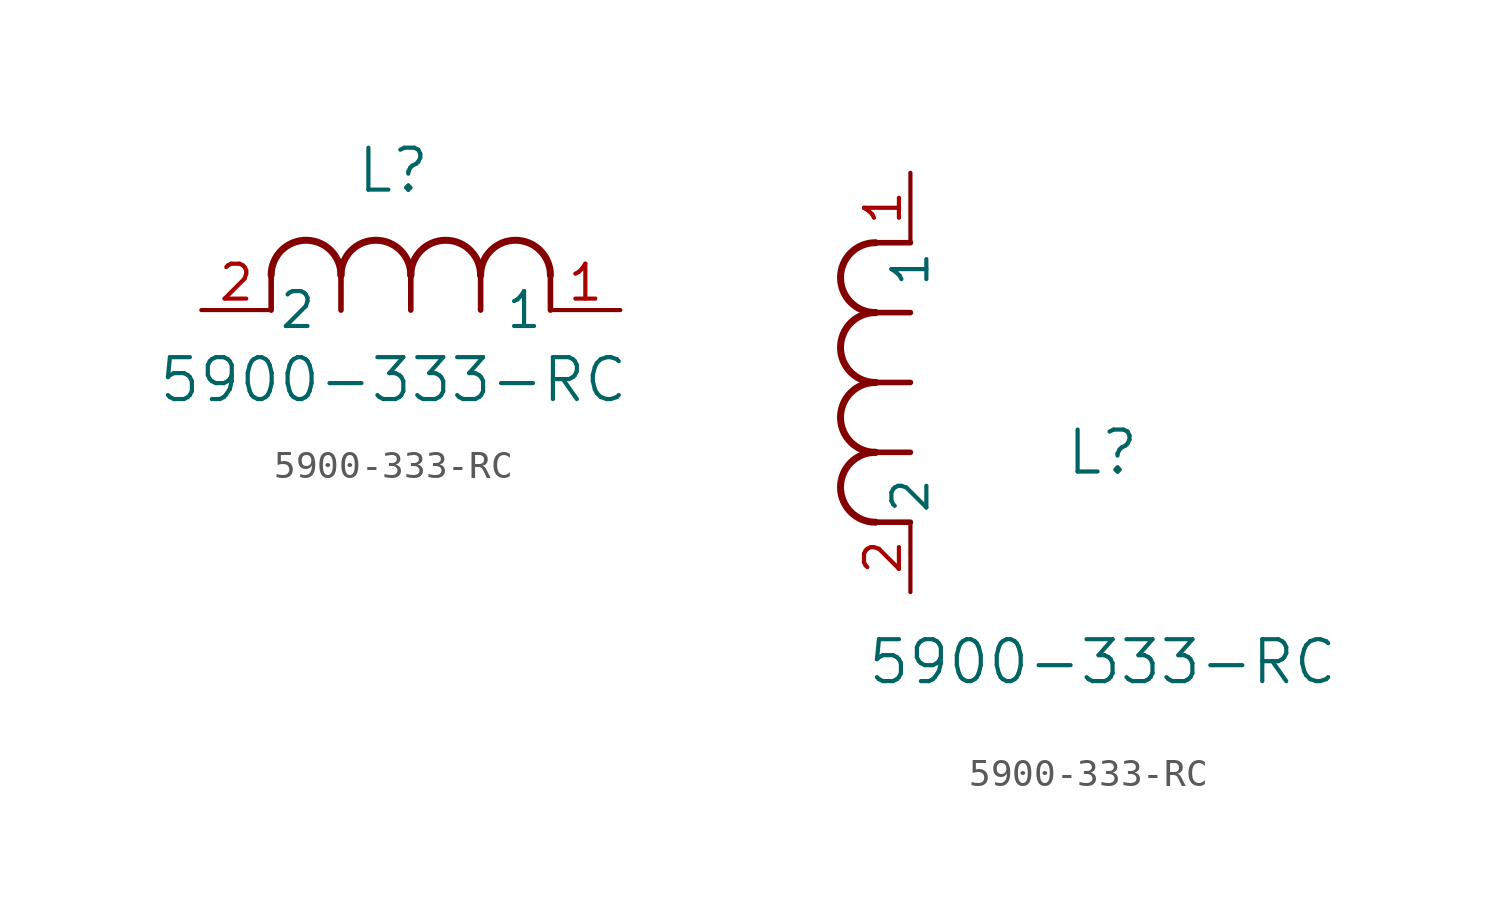
<source format=kicad_sym>
(kicad_symbol_lib
  (version 20211014)
  (generator kicad_symbol_editor)
  (symbol "5900-333-RC"
    (pin_names
      (offset 0.254))
    (property "Reference" "L"
      (at 6.985 5.08 0)
      (effects (font (size 1.524 1.524))))
    (property "Value" "5900-333-RC"
      (at 6.985 -2.54 0)
      (effects (font (size 1.524 1.524))))
    (symbol "5900-333-RC_1_1"
      (arc (start 7.62 1.27) (mid 6.35 2.54) (end 5.08 1.27) (stroke (width 0.254) (type default) (color 0 0 0 0)) (fill (type none)))
      (polyline (pts (xy 5.08 0) (xy 5.08 1.27)) (stroke (width 0.203) (type default) (color 0 0 0 0)) (fill (type none)))
      (polyline (pts (xy 7.62 0) (xy 7.62 1.27)) (stroke (width 0.203) (type default) (color 0 0 0 0)) (fill (type none)))
      (polyline (pts (xy 12.7 0) (xy 12.7 1.27)) (stroke (width 0.203) (type default) (color 0 0 0 0)) (fill (type none)))
      (arc (start 5.08 1.27) (mid 3.81 2.54) (end 2.54 1.27) (stroke (width 0.254) (type default) (color 0 0 0 0)) (fill (type none)))
      (arc (start 10.16 1.27) (mid 8.89 2.54) (end 7.62 1.27) (stroke (width 0.254) (type default) (color 0 0 0 0)) (fill (type none)))
      (arc (start 12.7 1.27) (mid 11.43 2.54) (end 10.16 1.27) (stroke (width 0.254) (type default) (color 0 0 0 0)) (fill (type none)))
      (polyline (pts (xy 2.54 0) (xy 2.54 1.27)) (stroke (width 0.203) (type default) (color 0 0 0 0)) (fill (type none)))
      (polyline (pts (xy 10.16 0) (xy 10.16 1.27)) (stroke (width 0.203) (type default) (color 0 0 0 0)) (fill (type none)))
      (pin unspecified line (at 0 0 0) (length 2.54) (name "2" (effects (font (size 1.27 1.27)))) (number "2" (effects (font (size 1.27 1.27)))))
      (pin unspecified line (at 15.24 0 180) (length 2.54) (name "1" (effects (font (size 1.27 1.27)))) (number "1" (effects (font (size 1.27 1.27))))))
    (symbol "5900-333-RC_1_2"
      (arc (start -1.27 7.62) (mid -2.54 6.35) (end -1.27 5.08) (stroke (width 0.254) (type default) (color 0 0 0 0)) (fill (type none)))
      (arc (start -1.27 5.08) (mid -2.54 3.81) (end -1.27 2.54) (stroke (width 0.254) (type default) (color 0 0 0 0)) (fill (type none)))
      (arc (start -1.27 12.7) (mid -2.54 11.43) (end -1.27 10.16) (stroke (width 0.254) (type default) (color 0 0 0 0)) (fill (type none)))
      (arc (start -1.27 10.16) (mid -2.54 8.89) (end -1.27 7.62) (stroke (width 0.254) (type default) (color 0 0 0 0)) (fill (type none)))
      (polyline (pts (xy 0 7.62) (xy -1.27 7.62)) (stroke (width 0.203) (type default) (color 0 0 0 0)) (fill (type none)))
      (polyline (pts (xy 0 5.08) (xy -1.27 5.08)) (stroke (width 0.203) (type default) (color 0 0 0 0)) (fill (type none)))
      (polyline (pts (xy 0 12.7) (xy -1.27 12.7)) (stroke (width 0.203) (type default) (color 0 0 0 0)) (fill (type none)))
      (polyline (pts (xy 0 2.54) (xy -1.27 2.54)) (stroke (width 0.203) (type default) (color 0 0 0 0)) (fill (type none)))
      (polyline (pts (xy 0 10.16) (xy -1.27 10.16)) (stroke (width 0.203) (type default) (color 0 0 0 0)) (fill (type none)))
      (pin unspecified line (at 0 0 90) (length 2.54) (name "2" (effects (font (size 1.27 1.27)))) (number "2" (effects (font (size 1.27 1.27)))))
      (pin unspecified line (at 0 15.24 270) (length 2.54) (name "1" (effects (font (size 1.27 1.27)))) (number "1" (effects (font (size 1.27 1.27))))))))
</source>
